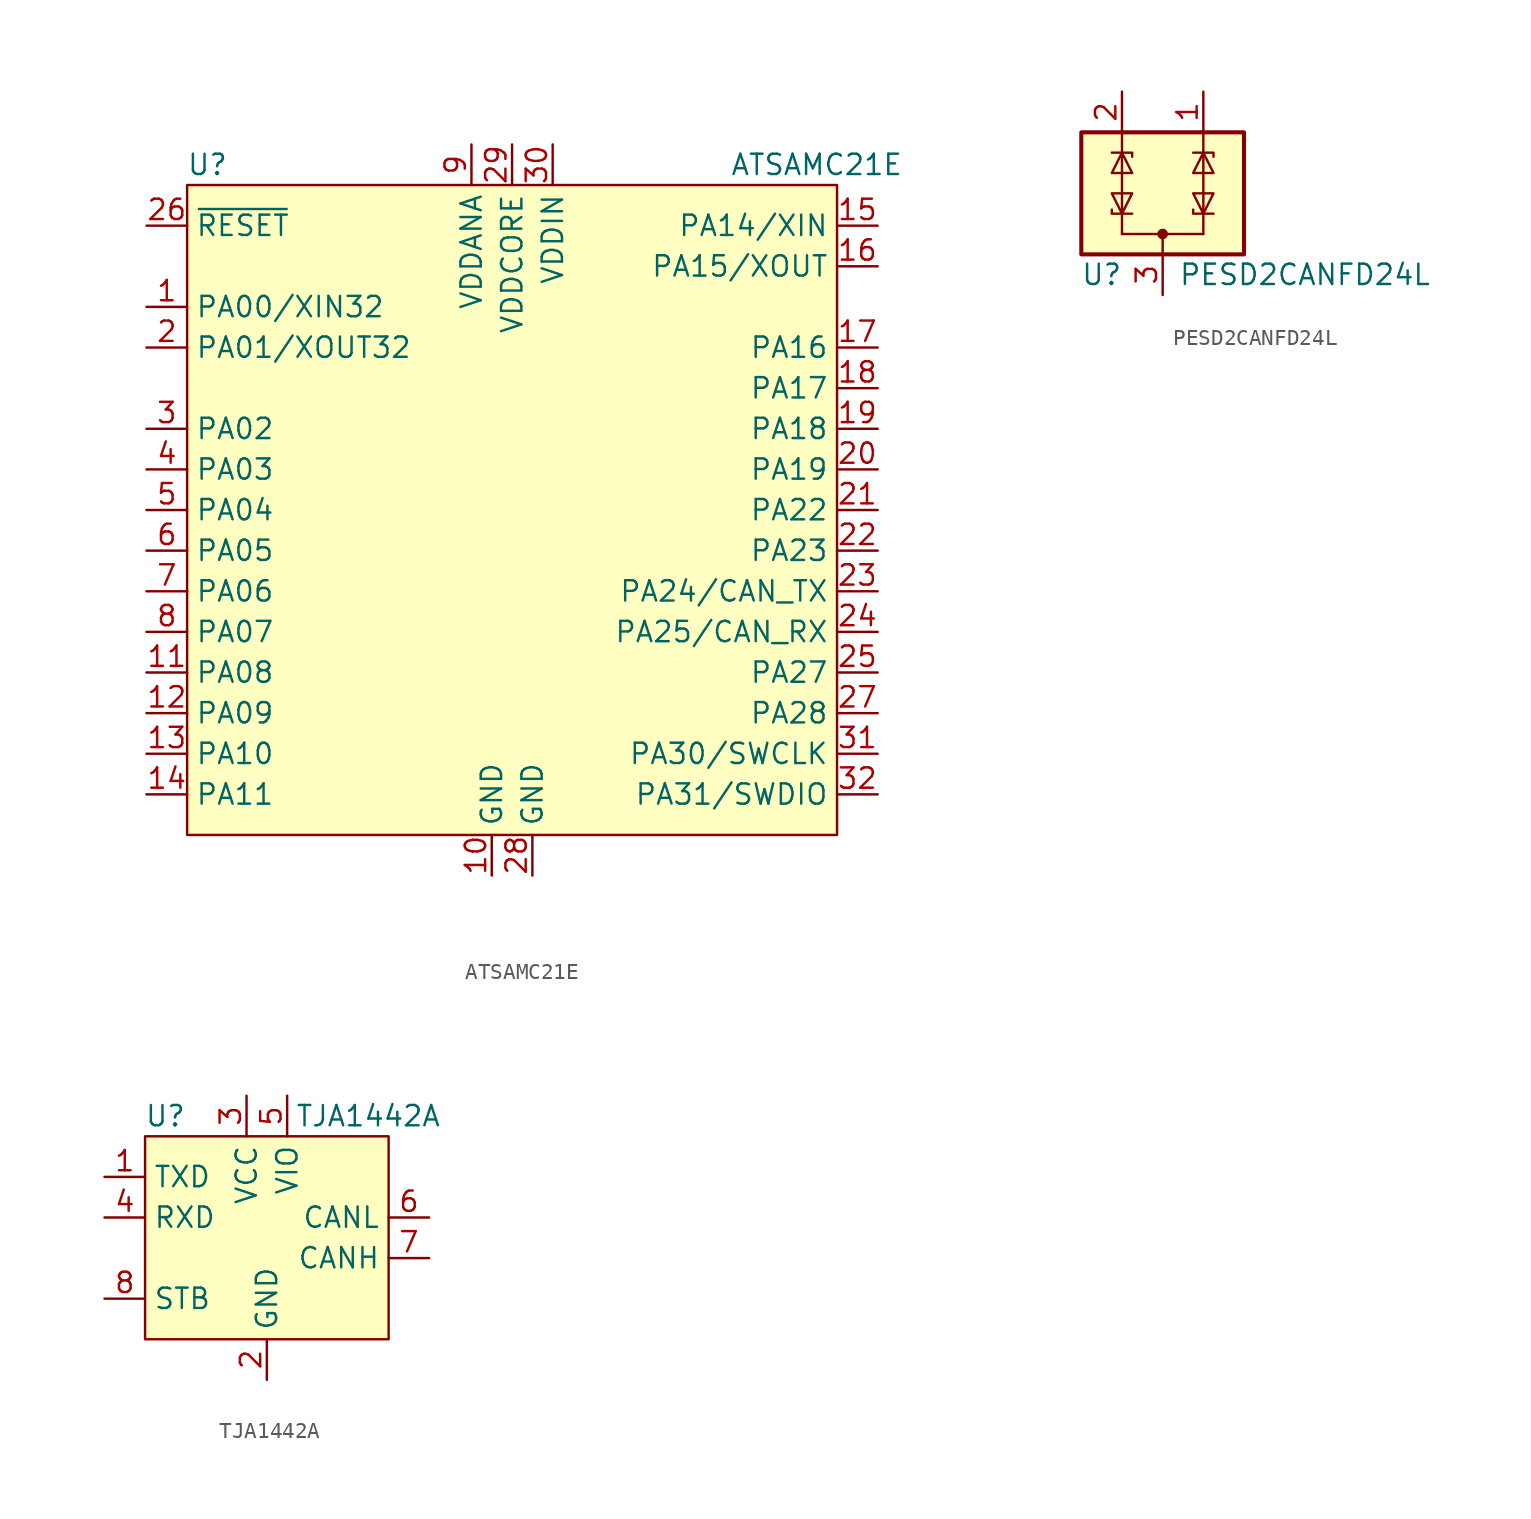
<source format=kicad_sym>
(kicad_symbol_lib
  (version 20220914)
  (generator kicad_symbol_editor)
  (symbol "ATSAMC21E"
    (property "Reference" "U"
      (at -19.05 21.59 0)
      (effects (font (size 1.27 1.27))))
    (property "Value" "ATSAMC21E"
      (at 19.05 21.59 0)
      (effects (font (size 1.27 1.27))))
    (symbol "ATSAMC21E_0_0"
      (pin bidirectional line (at -22.86 12.7 0) (length 2.54) (name "PA00/XIN32" (effects (font (size 1.27 1.27)))) (number "1" (effects (font (size 1.27 1.27)))))
      (pin power_in line (at -1.27 -22.86 90) (length 2.54) (name "GND" (effects (font (size 1.27 1.27)))) (number "10" (effects (font (size 1.27 1.27)))))
      (pin bidirectional line (at -22.86 -10.16 0) (length 2.54) (name "PA08" (effects (font (size 1.27 1.27)))) (number "11" (effects (font (size 1.27 1.27)))))
      (pin bidirectional line (at -22.86 -12.7 0) (length 2.54) (name "PA09" (effects (font (size 1.27 1.27)))) (number "12" (effects (font (size 1.27 1.27)))))
      (pin bidirectional line (at -22.86 -15.24 0) (length 2.54) (name "PA10" (effects (font (size 1.27 1.27)))) (number "13" (effects (font (size 1.27 1.27)))))
      (pin bidirectional line (at -22.86 -17.78 0) (length 2.54) (name "PA11" (effects (font (size 1.27 1.27)))) (number "14" (effects (font (size 1.27 1.27)))))
      (pin bidirectional line (at 22.86 17.78 180) (length 2.54) (name "PA14/XIN" (effects (font (size 1.27 1.27)))) (number "15" (effects (font (size 1.27 1.27)))))
      (pin bidirectional line (at 22.86 15.24 180) (length 2.54) (name "PA15/XOUT" (effects (font (size 1.27 1.27)))) (number "16" (effects (font (size 1.27 1.27)))))
      (pin bidirectional line (at 22.86 10.16 180) (length 2.54) (name "PA16" (effects (font (size 1.27 1.27)))) (number "17" (effects (font (size 1.27 1.27)))))
      (pin bidirectional line (at 22.86 7.62 180) (length 2.54) (name "PA17" (effects (font (size 1.27 1.27)))) (number "18" (effects (font (size 1.27 1.27)))))
      (pin bidirectional line (at 22.86 5.08 180) (length 2.54) (name "PA18" (effects (font (size 1.27 1.27)))) (number "19" (effects (font (size 1.27 1.27)))))
      (pin bidirectional line (at -22.86 10.16 0) (length 2.54) (name "PA01/XOUT32" (effects (font (size 1.27 1.27)))) (number "2" (effects (font (size 1.27 1.27)))))
      (pin bidirectional line (at 22.86 2.54 180) (length 2.54) (name "PA19" (effects (font (size 1.27 1.27)))) (number "20" (effects (font (size 1.27 1.27)))))
      (pin bidirectional line (at 22.86 0 180) (length 2.54) (name "PA22" (effects (font (size 1.27 1.27)))) (number "21" (effects (font (size 1.27 1.27)))))
      (pin bidirectional line (at 22.86 -2.54 180) (length 2.54) (name "PA23" (effects (font (size 1.27 1.27)))) (number "22" (effects (font (size 1.27 1.27)))))
      (pin bidirectional line (at 22.86 -5.08 180) (length 2.54) (name "PA24/CAN_TX" (effects (font (size 1.27 1.27)))) (number "23" (effects (font (size 1.27 1.27)))))
      (pin bidirectional line (at 22.86 -7.62 180) (length 2.54) (name "PA25/CAN_RX" (effects (font (size 1.27 1.27)))) (number "24" (effects (font (size 1.27 1.27)))))
      (pin bidirectional line (at 22.86 -10.16 180) (length 2.54) (name "PA27" (effects (font (size 1.27 1.27)))) (number "25" (effects (font (size 1.27 1.27)))))
      (pin input line (at -22.86 17.78 0) (length 2.54) (name "~{RESET}" (effects (font (size 1.27 1.27)))) (number "26" (effects (font (size 1.27 1.27)))))
      (pin bidirectional line (at 22.86 -12.7 180) (length 2.54) (name "PA28" (effects (font (size 1.27 1.27)))) (number "27" (effects (font (size 1.27 1.27)))))
      (pin power_in line (at 1.27 -22.86 90) (length 2.54) (name "GND" (effects (font (size 1.27 1.27)))) (number "28" (effects (font (size 1.27 1.27)))))
      (pin power_in line (at 0 22.86 270) (length 2.54) (name "VDDCORE" (effects (font (size 1.27 1.27)))) (number "29" (effects (font (size 1.27 1.27)))))
      (pin bidirectional line (at -22.86 5.08 0) (length 2.54) (name "PA02" (effects (font (size 1.27 1.27)))) (number "3" (effects (font (size 1.27 1.27)))))
      (pin power_in line (at 2.54 22.86 270) (length 2.54) (name "VDDIN" (effects (font (size 1.27 1.27)))) (number "30" (effects (font (size 1.27 1.27)))))
      (pin bidirectional line (at 22.86 -15.24 180) (length 2.54) (name "PA30/SWCLK" (effects (font (size 1.27 1.27)))) (number "31" (effects (font (size 1.27 1.27)))))
      (pin bidirectional line (at 22.86 -17.78 180) (length 2.54) (name "PA31/SWDIO" (effects (font (size 1.27 1.27)))) (number "32" (effects (font (size 1.27 1.27)))))
      (pin bidirectional line (at -22.86 2.54 0) (length 2.54) (name "PA03" (effects (font (size 1.27 1.27)))) (number "4" (effects (font (size 1.27 1.27)))))
      (pin bidirectional line (at -22.86 0 0) (length 2.54) (name "PA04" (effects (font (size 1.27 1.27)))) (number "5" (effects (font (size 1.27 1.27)))))
      (pin bidirectional line (at -22.86 -2.54 0) (length 2.54) (name "PA05" (effects (font (size 1.27 1.27)))) (number "6" (effects (font (size 1.27 1.27)))))
      (pin bidirectional line (at -22.86 -5.08 0) (length 2.54) (name "PA06" (effects (font (size 1.27 1.27)))) (number "7" (effects (font (size 1.27 1.27)))))
      (pin bidirectional line (at -22.86 -7.62 0) (length 2.54) (name "PA07" (effects (font (size 1.27 1.27)))) (number "8" (effects (font (size 1.27 1.27)))))
      (pin power_in line (at -2.54 22.86 270) (length 2.54) (name "VDDANA" (effects (font (size 1.27 1.27)))) (number "9" (effects (font (size 1.27 1.27))))))
    (symbol "ATSAMC21E_1_1"
      (rectangle (start -20.32 20.32) (end 20.32 -20.32) (stroke (width 0) (type default)) (fill (type background)))))
  (symbol "PESD2CANFD24L"
    (property "Reference" "U"
      (at -3.81 -5.08 0)
      (effects (font (size 1.27 1.27))))
    (property "Value" "PESD2CANFD24L"
      (at 8.89 -5.08 0)
      (effects (font (size 1.27 1.27))))
    (symbol "PESD2CANFD24L_0_0"
      (pin passive line (at 0 -6.35 90) (length 2.54) (name "" (effects (font (size 1.27 1.27)))) (number "3" (effects (font (size 1.27 1.27))))))
    (symbol "PESD2CANFD24L_0_1"
      (rectangle (start -5.08 3.81) (end 5.08 -3.81) (stroke (width 0.254) (type default)) (fill (type background)))
      (circle (center 0 -2.54) (radius 0.254) (stroke (width 0) (type default)) (fill (type outline)))
      (polyline (pts (xy -2.54 -2.54) (xy -2.54 -1.27)) (stroke (width 0) (type default)) (fill (type none)))
      (polyline (pts (xy -2.54 -2.54) (xy 2.54 -2.54)) (stroke (width 0) (type default)) (fill (type none)))
      (polyline (pts (xy -2.54 2.54) (xy -2.54 -1.27)) (stroke (width 0) (type default)) (fill (type none)))
      (polyline (pts (xy -2.54 3.81) (xy -2.54 2.54)) (stroke (width 0) (type default)) (fill (type none)))
      (polyline (pts (xy 0 -2.54) (xy 0 -3.81)) (stroke (width 0) (type default)) (fill (type none)))
      (polyline (pts (xy 2.54 -2.54) (xy 2.54 -1.27)) (stroke (width 0) (type default)) (fill (type none)))
      (polyline (pts (xy 2.54 2.54) (xy 2.54 -1.27)) (stroke (width 0) (type default)) (fill (type none)))
      (polyline (pts (xy 2.54 3.81) (xy 2.54 2.54)) (stroke (width 0) (type default)) (fill (type none)))
      (polyline (pts (xy -3.175 -1.016) (xy -3.175 -1.27) (xy -1.905 -1.27)) (stroke (width 0) (type default)) (fill (type none)))
      (polyline (pts (xy -3.175 2.54) (xy -1.905 2.54) (xy -1.905 2.286)) (stroke (width 0) (type default)) (fill (type none)))
      (polyline (pts (xy 1.905 -1.016) (xy 1.905 -1.27) (xy 3.175 -1.27)) (stroke (width 0) (type default)) (fill (type none)))
      (polyline (pts (xy 1.905 2.54) (xy 3.175 2.54) (xy 3.175 2.286)) (stroke (width 0) (type default)) (fill (type none)))
      (polyline (pts (xy -2.54 -1.27) (xy -3.175 0) (xy -1.905 0) (xy -2.54 -1.27)) (stroke (width 0) (type default)) (fill (type none)))
      (polyline (pts (xy -2.54 2.54) (xy -1.905 1.27) (xy -3.175 1.27) (xy -2.54 2.54)) (stroke (width 0) (type default)) (fill (type none)))
      (polyline (pts (xy 2.54 -1.27) (xy 1.905 0) (xy 3.175 0) (xy 2.54 -1.27)) (stroke (width 0) (type default)) (fill (type none)))
      (polyline (pts (xy 2.54 2.54) (xy 3.175 1.27) (xy 1.905 1.27) (xy 2.54 2.54)) (stroke (width 0) (type default)) (fill (type none))))
    (symbol "PESD2CANFD24L_1_1"
      (pin passive line (at 2.54 6.35 270) (length 2.54) (name "" (effects (font (size 1.27 1.27)))) (number "1" (effects (font (size 1.27 1.27)))))
      (pin passive line (at -2.54 6.35 270) (length 2.54) (name "" (effects (font (size 1.27 1.27)))) (number "2" (effects (font (size 1.27 1.27)))))))
  (symbol "TJA1442A"
    (property "Reference" "U"
      (at -6.35 7.62 0)
      (effects (font (size 1.27 1.27))))
    (property "Value" "TJA1442A"
      (at 6.35 7.62 0)
      (effects (font (size 1.27 1.27))))
    (symbol "TJA1442A_0_0"
      (pin input line (at -10.16 3.81 0) (length 2.54) (name "TXD" (effects (font (size 1.27 1.27)))) (number "1" (effects (font (size 1.27 1.27)))))
      (pin power_in line (at 0 -8.89 90) (length 2.54) (name "GND" (effects (font (size 1.27 1.27)))) (number "2" (effects (font (size 1.27 1.27)))))
      (pin power_in line (at -1.27 8.89 270) (length 2.54) (name "VCC" (effects (font (size 1.27 1.27)))) (number "3" (effects (font (size 1.27 1.27)))))
      (pin output line (at -10.16 1.27 0) (length 2.54) (name "RXD" (effects (font (size 1.27 1.27)))) (number "4" (effects (font (size 1.27 1.27)))))
      (pin power_in line (at 1.27 8.89 270) (length 2.54) (name "VIO" (effects (font (size 1.27 1.27)))) (number "5" (effects (font (size 1.27 1.27)))))
      (pin bidirectional line (at 10.16 1.27 180) (length 2.54) (name "CANL" (effects (font (size 1.27 1.27)))) (number "6" (effects (font (size 1.27 1.27)))))
      (pin bidirectional line (at 10.16 -1.27 180) (length 2.54) (name "CANH" (effects (font (size 1.27 1.27)))) (number "7" (effects (font (size 1.27 1.27)))))
      (pin input line (at -10.16 -3.81 0) (length 2.54) (name "STB" (effects (font (size 1.27 1.27)))) (number "8" (effects (font (size 1.27 1.27))))))
    (symbol "TJA1442A_1_1"
      (rectangle (start -7.62 6.35) (end 7.62 -6.35) (stroke (width 0) (type default)) (fill (type background))))))
</source>
